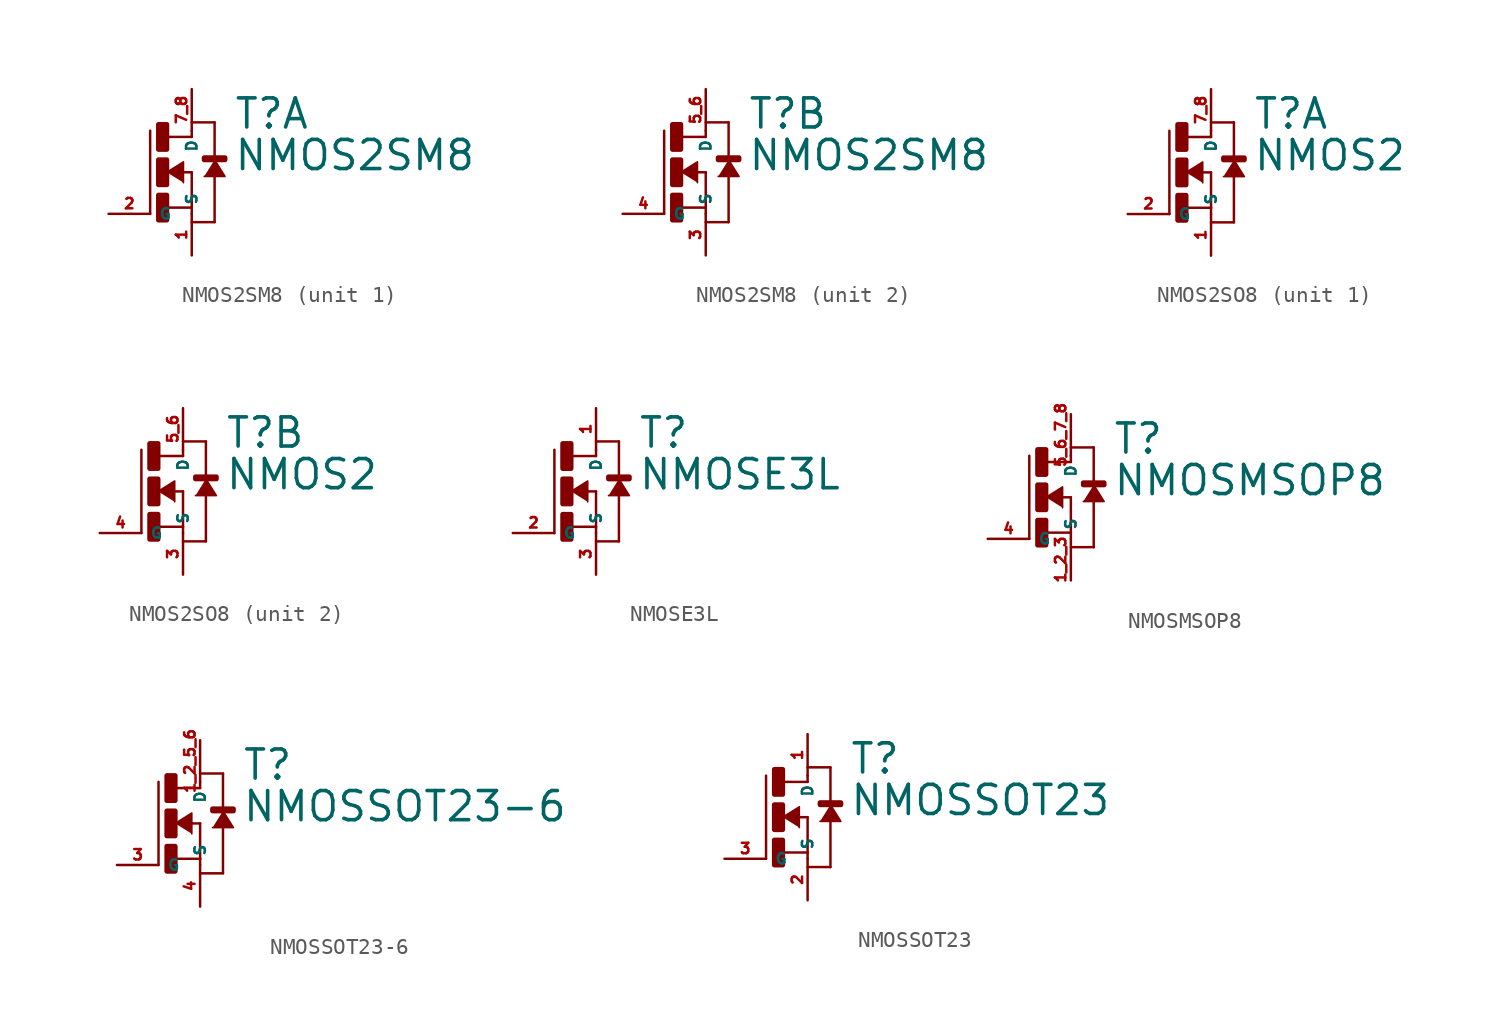
<source format=kicad_sym>
(kicad_symbol_lib
  (version 20220914)
  (generator Eagle2Kicad)
  (symbol "NMOS2SM8"
    (property "Reference" "T"
      (at 2.54 2.54 0)
      (effects (font (size 1.778 1.778) (thickness 0.22)) (justify left bottom)))
    (property "Value" "NMOS2SM8"
      (at 2.54 0 0)
      (effects (font (size 1.778 1.778) (thickness 0.22)) (justify left bottom)))
    (symbol "NMOS2SM8_1_0"
      (polyline (pts (xy -1.524 0) (xy -0.508 0.635) (xy -0.508 -0.635)) (stroke (width 0.102) (type default)) (fill (type outline)))
      (polyline (pts (xy 1.397 0.762) (xy 2.032 -0.254) (xy 0.762 -0.254)) (stroke (width 0.102) (type default)) (fill (type outline)))
      (polyline (pts (xy -0.508 0) (xy 0 0)) (stroke (width 0.152) (type default)) (fill (type none)))
      (polyline (pts (xy -1.524 -2.159) (xy 0 -2.159)) (stroke (width 0.152) (type default)) (fill (type none)))
      (polyline (pts (xy -2.54 -2.54) (xy -2.54 2.54)) (stroke (width 0.152) (type default)) (fill (type none)))
      (polyline (pts (xy 0 0) (xy 0 -2.159)) (stroke (width 0.152) (type default)) (fill (type none)))
      (polyline (pts (xy 1.397 -0.254) (xy 1.397 -3.048)) (stroke (width 0.152) (type default)) (fill (type none)))
      (polyline (pts (xy 1.397 -3.048) (xy 0 -3.048)) (stroke (width 0.152) (type default)) (fill (type none)))
      (polyline (pts (xy -1.524 2.159) (xy 0 2.159)) (stroke (width 0.152) (type default)) (fill (type none)))
      (polyline (pts (xy 0 2.159) (xy 0 2.54)) (stroke (width 0.152) (type default)) (fill (type none)))
      (polyline (pts (xy 0 3.048) (xy 1.397 3.048)) (stroke (width 0.152) (type default)) (fill (type none)))
      (polyline (pts (xy 1.397 3.048) (xy 1.397 0.762)) (stroke (width 0.152) (type default)) (fill (type none)))
      (polyline (pts (xy 0 -2.159) (xy 0 -2.54)) (stroke (width 0.152) (type default)) (fill (type none)))
      (rectangle (start -2.032 1.397) (end -1.524 2.921) (stroke (width 0.3) (type default)) (fill (type outline)))
      (rectangle (start -2.032 -0.762) (end -1.524 0.762) (stroke (width 0.3) (type default)) (fill (type outline)))
      (rectangle (start -2.032 -2.921) (end -1.524 -1.397) (stroke (width 0.3) (type default)) (fill (type outline)))
      (rectangle (start 0.762 0.762) (end 2.032 0.889) (stroke (width 0.3) (type default)) (fill (type outline)))
      (pin passive line (at 0 5.08 270) (length 2.54) (name "D" (effects (font (size 0.635 0.635) (thickness 0.08)) (justify left bottom))) (number "7 8" (effects (font (size 0.635 0.635) (thickness 0.08)) (justify left bottom))))
      (pin passive line (at 0 -5.08 90) (length 2.54) (name "S" (effects (font (size 0.635 0.635) (thickness 0.08)) (justify left bottom))) (number "1" (effects (font (size 0.635 0.635) (thickness 0.08)) (justify left bottom))))
      (pin passive line (at -5.08 -2.54 0) (length 2.54) (name "G" (effects (font (size 0.635 0.635) (thickness 0.08)) (justify left bottom))) (number "2" (effects (font (size 0.635 0.635) (thickness 0.08)) (justify left bottom)))))
    (symbol "NMOS2SM8_2_0"
      (polyline (pts (xy -1.524 0) (xy -0.508 0.635) (xy -0.508 -0.635)) (stroke (width 0.102) (type default)) (fill (type outline)))
      (polyline (pts (xy 1.397 0.762) (xy 2.032 -0.254) (xy 0.762 -0.254)) (stroke (width 0.102) (type default)) (fill (type outline)))
      (polyline (pts (xy -0.508 0) (xy 0 0)) (stroke (width 0.152) (type default)) (fill (type none)))
      (polyline (pts (xy -1.524 -2.159) (xy 0 -2.159)) (stroke (width 0.152) (type default)) (fill (type none)))
      (polyline (pts (xy -2.54 -2.54) (xy -2.54 2.54)) (stroke (width 0.152) (type default)) (fill (type none)))
      (polyline (pts (xy 0 0) (xy 0 -2.159)) (stroke (width 0.152) (type default)) (fill (type none)))
      (polyline (pts (xy 1.397 -0.254) (xy 1.397 -3.048)) (stroke (width 0.152) (type default)) (fill (type none)))
      (polyline (pts (xy 1.397 -3.048) (xy 0 -3.048)) (stroke (width 0.152) (type default)) (fill (type none)))
      (polyline (pts (xy -1.524 2.159) (xy 0 2.159)) (stroke (width 0.152) (type default)) (fill (type none)))
      (polyline (pts (xy 0 2.159) (xy 0 2.54)) (stroke (width 0.152) (type default)) (fill (type none)))
      (polyline (pts (xy 0 3.048) (xy 1.397 3.048)) (stroke (width 0.152) (type default)) (fill (type none)))
      (polyline (pts (xy 1.397 3.048) (xy 1.397 0.762)) (stroke (width 0.152) (type default)) (fill (type none)))
      (polyline (pts (xy 0 -2.159) (xy 0 -2.54)) (stroke (width 0.152) (type default)) (fill (type none)))
      (rectangle (start -2.032 1.397) (end -1.524 2.921) (stroke (width 0.3) (type default)) (fill (type outline)))
      (rectangle (start -2.032 -0.762) (end -1.524 0.762) (stroke (width 0.3) (type default)) (fill (type outline)))
      (rectangle (start -2.032 -2.921) (end -1.524 -1.397) (stroke (width 0.3) (type default)) (fill (type outline)))
      (rectangle (start 0.762 0.762) (end 2.032 0.889) (stroke (width 0.3) (type default)) (fill (type outline)))
      (pin passive line (at 0 5.08 270) (length 2.54) (name "D" (effects (font (size 0.635 0.635) (thickness 0.08)) (justify left bottom))) (number "5 6" (effects (font (size 0.635 0.635) (thickness 0.08)) (justify left bottom))))
      (pin passive line (at 0 -5.08 90) (length 2.54) (name "S" (effects (font (size 0.635 0.635) (thickness 0.08)) (justify left bottom))) (number "3" (effects (font (size 0.635 0.635) (thickness 0.08)) (justify left bottom))))
      (pin passive line (at -5.08 -2.54 0) (length 2.54) (name "G" (effects (font (size 0.635 0.635) (thickness 0.08)) (justify left bottom))) (number "4" (effects (font (size 0.635 0.635) (thickness 0.08)) (justify left bottom))))))
  (symbol "NMOS2SO8"
    (property "Reference" "T"
      (at 2.54 2.54 0)
      (effects (font (size 1.778 1.778) (thickness 0.22)) (justify left bottom)))
    (property "Value" "NMOS2"
      (at 2.54 0 0)
      (effects (font (size 1.778 1.778) (thickness 0.22)) (justify left bottom)))
    (symbol "NMOS2SO8_1_0"
      (polyline (pts (xy -1.524 0) (xy -0.508 0.635) (xy -0.508 -0.635)) (stroke (width 0.102) (type default)) (fill (type outline)))
      (polyline (pts (xy 1.397 0.762) (xy 2.032 -0.254) (xy 0.762 -0.254)) (stroke (width 0.102) (type default)) (fill (type outline)))
      (polyline (pts (xy -0.508 0) (xy 0 0)) (stroke (width 0.152) (type default)) (fill (type none)))
      (polyline (pts (xy -1.524 -2.159) (xy 0 -2.159)) (stroke (width 0.152) (type default)) (fill (type none)))
      (polyline (pts (xy -2.54 -2.54) (xy -2.54 2.54)) (stroke (width 0.152) (type default)) (fill (type none)))
      (polyline (pts (xy 0 0) (xy 0 -2.159)) (stroke (width 0.152) (type default)) (fill (type none)))
      (polyline (pts (xy 1.397 -0.254) (xy 1.397 -3.048)) (stroke (width 0.152) (type default)) (fill (type none)))
      (polyline (pts (xy 1.397 -3.048) (xy 0 -3.048)) (stroke (width 0.152) (type default)) (fill (type none)))
      (polyline (pts (xy -1.524 2.159) (xy 0 2.159)) (stroke (width 0.152) (type default)) (fill (type none)))
      (polyline (pts (xy 0 2.159) (xy 0 2.54)) (stroke (width 0.152) (type default)) (fill (type none)))
      (polyline (pts (xy 0 3.048) (xy 1.397 3.048)) (stroke (width 0.152) (type default)) (fill (type none)))
      (polyline (pts (xy 1.397 3.048) (xy 1.397 0.762)) (stroke (width 0.152) (type default)) (fill (type none)))
      (polyline (pts (xy 0 -2.159) (xy 0 -2.54)) (stroke (width 0.152) (type default)) (fill (type none)))
      (rectangle (start -2.032 1.397) (end -1.524 2.921) (stroke (width 0.3) (type default)) (fill (type outline)))
      (rectangle (start -2.032 -0.762) (end -1.524 0.762) (stroke (width 0.3) (type default)) (fill (type outline)))
      (rectangle (start -2.032 -2.921) (end -1.524 -1.397) (stroke (width 0.3) (type default)) (fill (type outline)))
      (rectangle (start 0.762 0.762) (end 2.032 0.889) (stroke (width 0.3) (type default)) (fill (type outline)))
      (pin passive line (at 0 5.08 270) (length 2.54) (name "D" (effects (font (size 0.635 0.635) (thickness 0.08)) (justify left bottom))) (number "7 8" (effects (font (size 0.635 0.635) (thickness 0.08)) (justify left bottom))))
      (pin passive line (at 0 -5.08 90) (length 2.54) (name "S" (effects (font (size 0.635 0.635) (thickness 0.08)) (justify left bottom))) (number "1" (effects (font (size 0.635 0.635) (thickness 0.08)) (justify left bottom))))
      (pin passive line (at -5.08 -2.54 0) (length 2.54) (name "G" (effects (font (size 0.635 0.635) (thickness 0.08)) (justify left bottom))) (number "2" (effects (font (size 0.635 0.635) (thickness 0.08)) (justify left bottom)))))
    (symbol "NMOS2SO8_2_0"
      (polyline (pts (xy -1.524 0) (xy -0.508 0.635) (xy -0.508 -0.635)) (stroke (width 0.102) (type default)) (fill (type outline)))
      (polyline (pts (xy 1.397 0.762) (xy 2.032 -0.254) (xy 0.762 -0.254)) (stroke (width 0.102) (type default)) (fill (type outline)))
      (polyline (pts (xy -0.508 0) (xy 0 0)) (stroke (width 0.152) (type default)) (fill (type none)))
      (polyline (pts (xy -1.524 -2.159) (xy 0 -2.159)) (stroke (width 0.152) (type default)) (fill (type none)))
      (polyline (pts (xy -2.54 -2.54) (xy -2.54 2.54)) (stroke (width 0.152) (type default)) (fill (type none)))
      (polyline (pts (xy 0 0) (xy 0 -2.159)) (stroke (width 0.152) (type default)) (fill (type none)))
      (polyline (pts (xy 1.397 -0.254) (xy 1.397 -3.048)) (stroke (width 0.152) (type default)) (fill (type none)))
      (polyline (pts (xy 1.397 -3.048) (xy 0 -3.048)) (stroke (width 0.152) (type default)) (fill (type none)))
      (polyline (pts (xy -1.524 2.159) (xy 0 2.159)) (stroke (width 0.152) (type default)) (fill (type none)))
      (polyline (pts (xy 0 2.159) (xy 0 2.54)) (stroke (width 0.152) (type default)) (fill (type none)))
      (polyline (pts (xy 0 3.048) (xy 1.397 3.048)) (stroke (width 0.152) (type default)) (fill (type none)))
      (polyline (pts (xy 1.397 3.048) (xy 1.397 0.762)) (stroke (width 0.152) (type default)) (fill (type none)))
      (polyline (pts (xy 0 -2.159) (xy 0 -2.54)) (stroke (width 0.152) (type default)) (fill (type none)))
      (rectangle (start -2.032 1.397) (end -1.524 2.921) (stroke (width 0.3) (type default)) (fill (type outline)))
      (rectangle (start -2.032 -0.762) (end -1.524 0.762) (stroke (width 0.3) (type default)) (fill (type outline)))
      (rectangle (start -2.032 -2.921) (end -1.524 -1.397) (stroke (width 0.3) (type default)) (fill (type outline)))
      (rectangle (start 0.762 0.762) (end 2.032 0.889) (stroke (width 0.3) (type default)) (fill (type outline)))
      (pin passive line (at 0 5.08 270) (length 2.54) (name "D" (effects (font (size 0.635 0.635) (thickness 0.08)) (justify left bottom))) (number "5 6" (effects (font (size 0.635 0.635) (thickness 0.08)) (justify left bottom))))
      (pin passive line (at 0 -5.08 90) (length 2.54) (name "S" (effects (font (size 0.635 0.635) (thickness 0.08)) (justify left bottom))) (number "3" (effects (font (size 0.635 0.635) (thickness 0.08)) (justify left bottom))))
      (pin passive line (at -5.08 -2.54 0) (length 2.54) (name "G" (effects (font (size 0.635 0.635) (thickness 0.08)) (justify left bottom))) (number "4" (effects (font (size 0.635 0.635) (thickness 0.08)) (justify left bottom))))))
  (symbol "NMOSE3L"
    (property "Reference" "T"
      (at 2.54 2.54 0)
      (effects (font (size 1.778 1.778) (thickness 0.22)) (justify left bottom)))
    (property "Value" "NMOSE3L"
      (at 2.54 0 0)
      (effects (font (size 1.778 1.778) (thickness 0.22)) (justify left bottom)))
    (polyline
      (pts (xy -1.524 0) (xy -0.508 0.635) (xy -0.508 -0.635))
      (stroke (width 0.102) (type default))
      (fill (type outline)))
    (polyline
      (pts (xy 1.397 0.762) (xy 2.032 -0.254) (xy 0.762 -0.254))
      (stroke (width 0.102) (type default))
      (fill (type outline)))
    (polyline
      (pts (xy -0.508 0) (xy 0 0))
      (stroke (width 0.152) (type default))
      (fill (type none)))
    (polyline
      (pts (xy -1.524 -2.159) (xy 0 -2.159))
      (stroke (width 0.152) (type default))
      (fill (type none)))
    (polyline
      (pts (xy -2.54 -2.54) (xy -2.54 2.54))
      (stroke (width 0.152) (type default))
      (fill (type none)))
    (polyline
      (pts (xy 0 0) (xy 0 -2.159))
      (stroke (width 0.152) (type default))
      (fill (type none)))
    (polyline
      (pts (xy 1.397 -0.254) (xy 1.397 -3.048))
      (stroke (width 0.152) (type default))
      (fill (type none)))
    (polyline
      (pts (xy 1.397 -3.048) (xy 0 -3.048))
      (stroke (width 0.152) (type default))
      (fill (type none)))
    (polyline
      (pts (xy -1.524 2.159) (xy 0 2.159))
      (stroke (width 0.152) (type default))
      (fill (type none)))
    (polyline
      (pts (xy 0 2.159) (xy 0 2.54))
      (stroke (width 0.152) (type default))
      (fill (type none)))
    (polyline
      (pts (xy 0 3.048) (xy 1.397 3.048))
      (stroke (width 0.152) (type default))
      (fill (type none)))
    (polyline
      (pts (xy 1.397 3.048) (xy 1.397 0.762))
      (stroke (width 0.152) (type default))
      (fill (type none)))
    (polyline
      (pts (xy 0 -2.159) (xy 0 -2.54))
      (stroke (width 0.152) (type default))
      (fill (type none)))
    (rectangle
      (start -2.032 1.397)
      (end -1.524 2.921)
      (stroke (width 0.3) (type default))
      (fill (type outline)))
    (rectangle
      (start -2.032 -0.762)
      (end -1.524 0.762)
      (stroke (width 0.3) (type default))
      (fill (type outline)))
    (rectangle
      (start -2.032 -2.921)
      (end -1.524 -1.397)
      (stroke (width 0.3) (type default))
      (fill (type outline)))
    (rectangle
      (start 0.762 0.762)
      (end 2.032 0.889)
      (stroke (width 0.3) (type default))
      (fill (type outline)))
    (pin passive line
      (at 0 5.08 270)
      (length 2.54)
      (name "D" (effects (font (size 0.635 0.635) (thickness 0.08)) (justify left bottom)))
      (number "1" (effects (font (size 0.635 0.635) (thickness 0.08)) (justify left bottom))))
    (pin passive line
      (at 0 -5.08 90)
      (length 2.54)
      (name "S" (effects (font (size 0.635 0.635) (thickness 0.08)) (justify left bottom)))
      (number "3" (effects (font (size 0.635 0.635) (thickness 0.08)) (justify left bottom))))
    (pin passive line
      (at -5.08 -2.54 0)
      (length 2.54)
      (name "G" (effects (font (size 0.635 0.635) (thickness 0.08)) (justify left bottom)))
      (number "2" (effects (font (size 0.635 0.635) (thickness 0.08)) (justify left bottom)))))
  (symbol "NMOSMSOP8"
    (property "Reference" "T"
      (at 2.54 2.54 0)
      (effects (font (size 1.778 1.778) (thickness 0.22)) (justify left bottom)))
    (property "Value" "NMOSMSOP8"
      (at 2.54 0 0)
      (effects (font (size 1.778 1.778) (thickness 0.22)) (justify left bottom)))
    (polyline
      (pts (xy -1.524 0) (xy -0.508 0.635) (xy -0.508 -0.635))
      (stroke (width 0.102) (type default))
      (fill (type outline)))
    (polyline
      (pts (xy 1.397 0.762) (xy 2.032 -0.254) (xy 0.762 -0.254))
      (stroke (width 0.102) (type default))
      (fill (type outline)))
    (polyline
      (pts (xy -0.508 0) (xy 0 0))
      (stroke (width 0.152) (type default))
      (fill (type none)))
    (polyline
      (pts (xy -1.524 -2.159) (xy 0 -2.159))
      (stroke (width 0.152) (type default))
      (fill (type none)))
    (polyline
      (pts (xy -2.54 -2.54) (xy -2.54 2.54))
      (stroke (width 0.152) (type default))
      (fill (type none)))
    (polyline
      (pts (xy 0 0) (xy 0 -2.159))
      (stroke (width 0.152) (type default))
      (fill (type none)))
    (polyline
      (pts (xy 1.397 -0.254) (xy 1.397 -3.048))
      (stroke (width 0.152) (type default))
      (fill (type none)))
    (polyline
      (pts (xy 1.397 -3.048) (xy 0 -3.048))
      (stroke (width 0.152) (type default))
      (fill (type none)))
    (polyline
      (pts (xy -1.524 2.159) (xy 0 2.159))
      (stroke (width 0.152) (type default))
      (fill (type none)))
    (polyline
      (pts (xy 0 2.159) (xy 0 2.54))
      (stroke (width 0.152) (type default))
      (fill (type none)))
    (polyline
      (pts (xy 0 3.048) (xy 1.397 3.048))
      (stroke (width 0.152) (type default))
      (fill (type none)))
    (polyline
      (pts (xy 1.397 3.048) (xy 1.397 0.762))
      (stroke (width 0.152) (type default))
      (fill (type none)))
    (polyline
      (pts (xy 0 -2.159) (xy 0 -2.54))
      (stroke (width 0.152) (type default))
      (fill (type none)))
    (rectangle
      (start -2.032 1.397)
      (end -1.524 2.921)
      (stroke (width 0.3) (type default))
      (fill (type outline)))
    (rectangle
      (start -2.032 -0.762)
      (end -1.524 0.762)
      (stroke (width 0.3) (type default))
      (fill (type outline)))
    (rectangle
      (start -2.032 -2.921)
      (end -1.524 -1.397)
      (stroke (width 0.3) (type default))
      (fill (type outline)))
    (rectangle
      (start 0.762 0.762)
      (end 2.032 0.889)
      (stroke (width 0.3) (type default))
      (fill (type outline)))
    (pin passive line
      (at 0 5.08 270)
      (length 2.54)
      (name "D" (effects (font (size 0.635 0.635) (thickness 0.08)) (justify left bottom)))
      (number "5 6 7 8" (effects (font (size 0.635 0.635) (thickness 0.08)) (justify left bottom))))
    (pin passive line
      (at 0 -5.08 90)
      (length 2.54)
      (name "S" (effects (font (size 0.635 0.635) (thickness 0.08)) (justify left bottom)))
      (number "1 2 3" (effects (font (size 0.635 0.635) (thickness 0.08)) (justify left bottom))))
    (pin passive line
      (at -5.08 -2.54 0)
      (length 2.54)
      (name "G" (effects (font (size 0.635 0.635) (thickness 0.08)) (justify left bottom)))
      (number "4" (effects (font (size 0.635 0.635) (thickness 0.08)) (justify left bottom)))))
  (symbol "NMOSSOT23-6"
    (property "Reference" "T"
      (at 2.54 2.54 0)
      (effects (font (size 1.778 1.778) (thickness 0.22)) (justify left bottom)))
    (property "Value" "NMOSSOT23-6"
      (at 2.54 0 0)
      (effects (font (size 1.778 1.778) (thickness 0.22)) (justify left bottom)))
    (polyline
      (pts (xy -1.524 0) (xy -0.508 0.635) (xy -0.508 -0.635))
      (stroke (width 0.102) (type default))
      (fill (type outline)))
    (polyline
      (pts (xy 1.397 0.762) (xy 2.032 -0.254) (xy 0.762 -0.254))
      (stroke (width 0.102) (type default))
      (fill (type outline)))
    (polyline
      (pts (xy -0.508 0) (xy 0 0))
      (stroke (width 0.152) (type default))
      (fill (type none)))
    (polyline
      (pts (xy -1.524 -2.159) (xy 0 -2.159))
      (stroke (width 0.152) (type default))
      (fill (type none)))
    (polyline
      (pts (xy -2.54 -2.54) (xy -2.54 2.54))
      (stroke (width 0.152) (type default))
      (fill (type none)))
    (polyline
      (pts (xy 0 0) (xy 0 -2.159))
      (stroke (width 0.152) (type default))
      (fill (type none)))
    (polyline
      (pts (xy 1.397 -0.254) (xy 1.397 -3.048))
      (stroke (width 0.152) (type default))
      (fill (type none)))
    (polyline
      (pts (xy 1.397 -3.048) (xy 0 -3.048))
      (stroke (width 0.152) (type default))
      (fill (type none)))
    (polyline
      (pts (xy -1.524 2.159) (xy 0 2.159))
      (stroke (width 0.152) (type default))
      (fill (type none)))
    (polyline
      (pts (xy 0 2.159) (xy 0 2.54))
      (stroke (width 0.152) (type default))
      (fill (type none)))
    (polyline
      (pts (xy 0 3.048) (xy 1.397 3.048))
      (stroke (width 0.152) (type default))
      (fill (type none)))
    (polyline
      (pts (xy 1.397 3.048) (xy 1.397 0.762))
      (stroke (width 0.152) (type default))
      (fill (type none)))
    (polyline
      (pts (xy 0 -2.159) (xy 0 -2.54))
      (stroke (width 0.152) (type default))
      (fill (type none)))
    (rectangle
      (start -2.032 1.397)
      (end -1.524 2.921)
      (stroke (width 0.3) (type default))
      (fill (type outline)))
    (rectangle
      (start -2.032 -0.762)
      (end -1.524 0.762)
      (stroke (width 0.3) (type default))
      (fill (type outline)))
    (rectangle
      (start -2.032 -2.921)
      (end -1.524 -1.397)
      (stroke (width 0.3) (type default))
      (fill (type outline)))
    (rectangle
      (start 0.762 0.762)
      (end 2.032 0.889)
      (stroke (width 0.3) (type default))
      (fill (type outline)))
    (pin passive line
      (at 0 5.08 270)
      (length 2.54)
      (name "D" (effects (font (size 0.635 0.635) (thickness 0.08)) (justify left bottom)))
      (number "1 2 5 6" (effects (font (size 0.635 0.635) (thickness 0.08)) (justify left bottom))))
    (pin passive line
      (at 0 -5.08 90)
      (length 2.54)
      (name "S" (effects (font (size 0.635 0.635) (thickness 0.08)) (justify left bottom)))
      (number "4" (effects (font (size 0.635 0.635) (thickness 0.08)) (justify left bottom))))
    (pin passive line
      (at -5.08 -2.54 0)
      (length 2.54)
      (name "G" (effects (font (size 0.635 0.635) (thickness 0.08)) (justify left bottom)))
      (number "3" (effects (font (size 0.635 0.635) (thickness 0.08)) (justify left bottom)))))
  (symbol "NMOSSOT23"
    (property "Reference" "T"
      (at 2.54 2.54 0)
      (effects (font (size 1.778 1.778) (thickness 0.22)) (justify left bottom)))
    (property "Value" "NMOSSOT23"
      (at 2.54 0 0)
      (effects (font (size 1.778 1.778) (thickness 0.22)) (justify left bottom)))
    (polyline
      (pts (xy -1.524 0) (xy -0.508 0.635) (xy -0.508 -0.635))
      (stroke (width 0.102) (type default))
      (fill (type outline)))
    (polyline
      (pts (xy 1.397 0.762) (xy 2.032 -0.254) (xy 0.762 -0.254))
      (stroke (width 0.102) (type default))
      (fill (type outline)))
    (polyline
      (pts (xy -0.508 0) (xy 0 0))
      (stroke (width 0.152) (type default))
      (fill (type none)))
    (polyline
      (pts (xy -1.524 -2.159) (xy 0 -2.159))
      (stroke (width 0.152) (type default))
      (fill (type none)))
    (polyline
      (pts (xy -2.54 -2.54) (xy -2.54 2.54))
      (stroke (width 0.152) (type default))
      (fill (type none)))
    (polyline
      (pts (xy 0 0) (xy 0 -2.159))
      (stroke (width 0.152) (type default))
      (fill (type none)))
    (polyline
      (pts (xy 1.397 -0.254) (xy 1.397 -3.048))
      (stroke (width 0.152) (type default))
      (fill (type none)))
    (polyline
      (pts (xy 1.397 -3.048) (xy 0 -3.048))
      (stroke (width 0.152) (type default))
      (fill (type none)))
    (polyline
      (pts (xy -1.524 2.159) (xy 0 2.159))
      (stroke (width 0.152) (type default))
      (fill (type none)))
    (polyline
      (pts (xy 0 2.159) (xy 0 2.54))
      (stroke (width 0.152) (type default))
      (fill (type none)))
    (polyline
      (pts (xy 0 3.048) (xy 1.397 3.048))
      (stroke (width 0.152) (type default))
      (fill (type none)))
    (polyline
      (pts (xy 1.397 3.048) (xy 1.397 0.762))
      (stroke (width 0.152) (type default))
      (fill (type none)))
    (polyline
      (pts (xy 0 -2.159) (xy 0 -2.54))
      (stroke (width 0.152) (type default))
      (fill (type none)))
    (rectangle
      (start -2.032 1.397)
      (end -1.524 2.921)
      (stroke (width 0.3) (type default))
      (fill (type outline)))
    (rectangle
      (start -2.032 -0.762)
      (end -1.524 0.762)
      (stroke (width 0.3) (type default))
      (fill (type outline)))
    (rectangle
      (start -2.032 -2.921)
      (end -1.524 -1.397)
      (stroke (width 0.3) (type default))
      (fill (type outline)))
    (rectangle
      (start 0.762 0.762)
      (end 2.032 0.889)
      (stroke (width 0.3) (type default))
      (fill (type outline)))
    (pin passive line
      (at 0 5.08 270)
      (length 2.54)
      (name "D" (effects (font (size 0.635 0.635) (thickness 0.08)) (justify left bottom)))
      (number "1" (effects (font (size 0.635 0.635) (thickness 0.08)) (justify left bottom))))
    (pin passive line
      (at 0 -5.08 90)
      (length 2.54)
      (name "S" (effects (font (size 0.635 0.635) (thickness 0.08)) (justify left bottom)))
      (number "2" (effects (font (size 0.635 0.635) (thickness 0.08)) (justify left bottom))))
    (pin passive line
      (at -5.08 -2.54 0)
      (length 2.54)
      (name "G" (effects (font (size 0.635 0.635) (thickness 0.08)) (justify left bottom)))
      (number "3" (effects (font (size 0.635 0.635) (thickness 0.08)) (justify left bottom))))))
</source>
